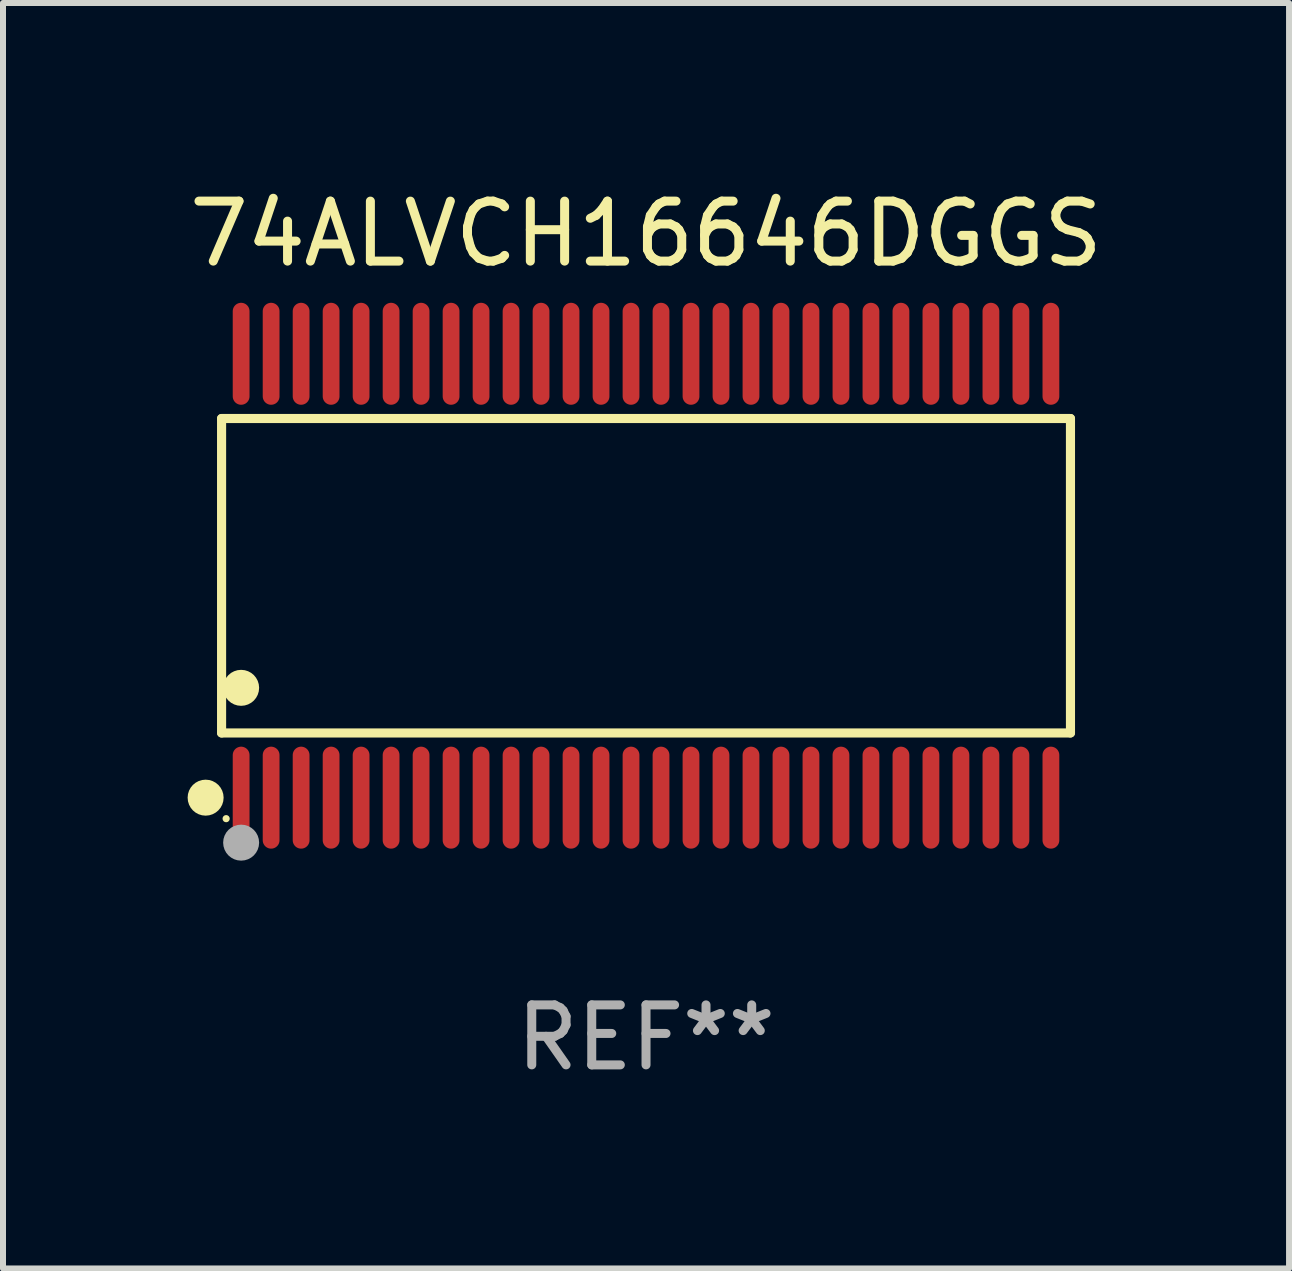
<source format=kicad_pcb>
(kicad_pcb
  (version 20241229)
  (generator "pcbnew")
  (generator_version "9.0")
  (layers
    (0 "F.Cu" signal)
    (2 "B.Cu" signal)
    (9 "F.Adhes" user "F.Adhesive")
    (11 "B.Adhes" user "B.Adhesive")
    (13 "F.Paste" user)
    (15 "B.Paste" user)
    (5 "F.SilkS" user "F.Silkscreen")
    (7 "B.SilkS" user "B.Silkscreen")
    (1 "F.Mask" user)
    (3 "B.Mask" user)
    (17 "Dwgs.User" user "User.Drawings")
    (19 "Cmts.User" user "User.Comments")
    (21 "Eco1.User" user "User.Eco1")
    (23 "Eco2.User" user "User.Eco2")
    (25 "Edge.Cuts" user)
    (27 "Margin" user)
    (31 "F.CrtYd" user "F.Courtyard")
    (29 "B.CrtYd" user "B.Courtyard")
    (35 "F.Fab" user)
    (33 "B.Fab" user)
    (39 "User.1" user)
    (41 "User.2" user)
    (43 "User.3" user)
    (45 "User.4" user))
  (footprint "74ALVCH16646DGGS"
    (layer "F.Cu")
    (at 7.72 6.548)
    (property "Reference" "74ALVCH16646DGGS" (at 0 -5.7 0) (layer "F.SilkS") (effects (font (size 1 1) (thickness 0.15))))
    (attr through_hole)
    (fp_line (start -7.076 -2.621) (end 7.076 -2.621) (stroke (width 0.152) (type solid)) (layer "F.SilkS"))
    (fp_line (start -7.076 2.621) (end -7.076 -2.621) (stroke (width 0.152) (type solid)) (layer "F.SilkS"))
    (fp_line (start 7.076 -2.621) (end 7.076 2.621) (stroke (width 0.152) (type solid)) (layer "F.SilkS"))
    (fp_line (start 7.076 2.621) (end -7.076 2.621) (stroke (width 0.152) (type solid)) (layer "F.SilkS"))
    (fp_circle (center -7.342 3.7) (end -7.192 3.7) (stroke (width 0.3) (type solid)) (fill no) (layer "F.SilkS"))
    (fp_circle (center -7 4.05) (end -6.97 4.05) (stroke (width 0.06) (type solid)) (fill no) (layer "F.SilkS"))
    (fp_circle (center -6.75 1.869) (end -6.6 1.869) (stroke (width 0.3) (type solid)) (fill no) (layer "F.SilkS"))
    (fp_circle (center -6.75 4.45) (end -6.6 4.45) (stroke (width 0.3) (type solid)) (fill no) (layer "F.Fab"))
    (fp_text user "REF**" (at 0 7.7 0) (layer "F.Fab") (effects (font (size 1 1) (thickness 0.15))))
    (pad "1" smd oval (at -6.75 3.7) (size 0.28 1.7) (layers "F.Cu" "F.Mask" "F.Paste"))
    (pad "2" smd oval (at -6.25 3.7) (size 0.28 1.7) (layers "F.Cu" "F.Mask" "F.Paste"))
    (pad "3" smd oval (at -5.75 3.7) (size 0.28 1.7) (layers "F.Cu" "F.Mask" "F.Paste"))
    (pad "4" smd oval (at -5.25 3.7) (size 0.28 1.7) (layers "F.Cu" "F.Mask" "F.Paste"))
    (pad "5" smd oval (at -4.75 3.7) (size 0.28 1.7) (layers "F.Cu" "F.Mask" "F.Paste"))
    (pad "6" smd oval (at -4.25 3.7) (size 0.28 1.7) (layers "F.Cu" "F.Mask" "F.Paste"))
    (pad "7" smd oval (at -3.75 3.7) (size 0.28 1.7) (layers "F.Cu" "F.Mask" "F.Paste"))
    (pad "8" smd oval (at -3.25 3.7) (size 0.28 1.7) (layers "F.Cu" "F.Mask" "F.Paste"))
    (pad "9" smd oval (at -2.75 3.7) (size 0.28 1.7) (layers "F.Cu" "F.Mask" "F.Paste"))
    (pad "10" smd oval (at -2.25 3.7) (size 0.28 1.7) (layers "F.Cu" "F.Mask" "F.Paste"))
    (pad "11" smd oval (at -1.75 3.7) (size 0.28 1.7) (layers "F.Cu" "F.Mask" "F.Paste"))
    (pad "12" smd oval (at -1.25 3.7) (size 0.28 1.7) (layers "F.Cu" "F.Mask" "F.Paste"))
    (pad "13" smd oval (at -0.75 3.7) (size 0.28 1.7) (layers "F.Cu" "F.Mask" "F.Paste"))
    (pad "14" smd oval (at -0.25 3.7) (size 0.28 1.7) (layers "F.Cu" "F.Mask" "F.Paste"))
    (pad "15" smd oval (at 0.25 3.7) (size 0.28 1.7) (layers "F.Cu" "F.Mask" "F.Paste"))
    (pad "16" smd oval (at 0.75 3.7) (size 0.28 1.7) (layers "F.Cu" "F.Mask" "F.Paste"))
    (pad "17" smd oval (at 1.25 3.7) (size 0.28 1.7) (layers "F.Cu" "F.Mask" "F.Paste"))
    (pad "18" smd oval (at 1.75 3.7) (size 0.28 1.7) (layers "F.Cu" "F.Mask" "F.Paste"))
    (pad "19" smd oval (at 2.25 3.7) (size 0.28 1.7) (layers "F.Cu" "F.Mask" "F.Paste"))
    (pad "20" smd oval (at 2.75 3.7) (size 0.28 1.7) (layers "F.Cu" "F.Mask" "F.Paste"))
    (pad "21" smd oval (at 3.25 3.7) (size 0.28 1.7) (layers "F.Cu" "F.Mask" "F.Paste"))
    (pad "22" smd oval (at 3.75 3.7) (size 0.28 1.7) (layers "F.Cu" "F.Mask" "F.Paste"))
    (pad "23" smd oval (at 4.25 3.7) (size 0.28 1.7) (layers "F.Cu" "F.Mask" "F.Paste"))
    (pad "24" smd oval (at 4.75 3.7) (size 0.28 1.7) (layers "F.Cu" "F.Mask" "F.Paste"))
    (pad "25" smd oval (at 5.25 3.7) (size 0.28 1.7) (layers "F.Cu" "F.Mask" "F.Paste"))
    (pad "26" smd oval (at 5.75 3.7) (size 0.28 1.7) (layers "F.Cu" "F.Mask" "F.Paste"))
    (pad "27" smd oval (at 6.25 3.7) (size 0.28 1.7) (layers "F.Cu" "F.Mask" "F.Paste"))
    (pad "28" smd oval (at 6.75 3.7) (size 0.28 1.7) (layers "F.Cu" "F.Mask" "F.Paste"))
    (pad "29" smd oval (at 6.75 -3.7) (size 0.28 1.7) (layers "F.Cu" "F.Mask" "F.Paste"))
    (pad "30" smd oval (at 6.25 -3.7) (size 0.28 1.7) (layers "F.Cu" "F.Mask" "F.Paste"))
    (pad "31" smd oval (at 5.75 -3.7) (size 0.28 1.7) (layers "F.Cu" "F.Mask" "F.Paste"))
    (pad "32" smd oval (at 5.25 -3.7) (size 0.28 1.7) (layers "F.Cu" "F.Mask" "F.Paste"))
    (pad "33" smd oval (at 4.75 -3.7) (size 0.28 1.7) (layers "F.Cu" "F.Mask" "F.Paste"))
    (pad "34" smd oval (at 4.25 -3.7) (size 0.28 1.7) (layers "F.Cu" "F.Mask" "F.Paste"))
    (pad "35" smd oval (at 3.75 -3.7) (size 0.28 1.7) (layers "F.Cu" "F.Mask" "F.Paste"))
    (pad "36" smd oval (at 3.25 -3.7) (size 0.28 1.7) (layers "F.Cu" "F.Mask" "F.Paste"))
    (pad "37" smd oval (at 2.75 -3.7) (size 0.28 1.7) (layers "F.Cu" "F.Mask" "F.Paste"))
    (pad "38" smd oval (at 2.25 -3.7) (size 0.28 1.7) (layers "F.Cu" "F.Mask" "F.Paste"))
    (pad "39" smd oval (at 1.75 -3.7) (size 0.28 1.7) (layers "F.Cu" "F.Mask" "F.Paste"))
    (pad "40" smd oval (at 1.25 -3.7) (size 0.28 1.7) (layers "F.Cu" "F.Mask" "F.Paste"))
    (pad "41" smd oval (at 0.75 -3.7) (size 0.28 1.7) (layers "F.Cu" "F.Mask" "F.Paste"))
    (pad "42" smd oval (at 0.25 -3.7) (size 0.28 1.7) (layers "F.Cu" "F.Mask" "F.Paste"))
    (pad "43" smd oval (at -0.25 -3.7) (size 0.28 1.7) (layers "F.Cu" "F.Mask" "F.Paste"))
    (pad "44" smd oval (at -0.75 -3.7) (size 0.28 1.7) (layers "F.Cu" "F.Mask" "F.Paste"))
    (pad "45" smd oval (at -1.25 -3.7) (size 0.28 1.7) (layers "F.Cu" "F.Mask" "F.Paste"))
    (pad "46" smd oval (at -1.75 -3.7) (size 0.28 1.7) (layers "F.Cu" "F.Mask" "F.Paste"))
    (pad "47" smd oval (at -2.25 -3.7) (size 0.28 1.7) (layers "F.Cu" "F.Mask" "F.Paste"))
    (pad "48" smd oval (at -2.75 -3.7) (size 0.28 1.7) (layers "F.Cu" "F.Mask" "F.Paste"))
    (pad "49" smd oval (at -3.25 -3.7) (size 0.28 1.7) (layers "F.Cu" "F.Mask" "F.Paste"))
    (pad "50" smd oval (at -3.75 -3.7) (size 0.28 1.7) (layers "F.Cu" "F.Mask" "F.Paste"))
    (pad "51" smd oval (at -4.25 -3.7) (size 0.28 1.7) (layers "F.Cu" "F.Mask" "F.Paste"))
    (pad "52" smd oval (at -4.75 -3.7) (size 0.28 1.7) (layers "F.Cu" "F.Mask" "F.Paste"))
    (pad "53" smd oval (at -5.25 -3.7) (size 0.28 1.7) (layers "F.Cu" "F.Mask" "F.Paste"))
    (pad "54" smd oval (at -5.75 -3.7) (size 0.28 1.7) (layers "F.Cu" "F.Mask" "F.Paste"))
    (pad "55" smd oval (at -6.25 -3.7) (size 0.28 1.7) (layers "F.Cu" "F.Mask" "F.Paste"))
    (pad "56" smd oval (at -6.75 -3.7) (size 0.28 1.7) (layers "F.Cu" "F.Mask" "F.Paste")))
  (gr_rect
    (start -3 -3)
    (end 18.44 18.097)
    (stroke (width 0.1) (type default))
    (fill no)
    (layer "Edge.Cuts")))
</source>
